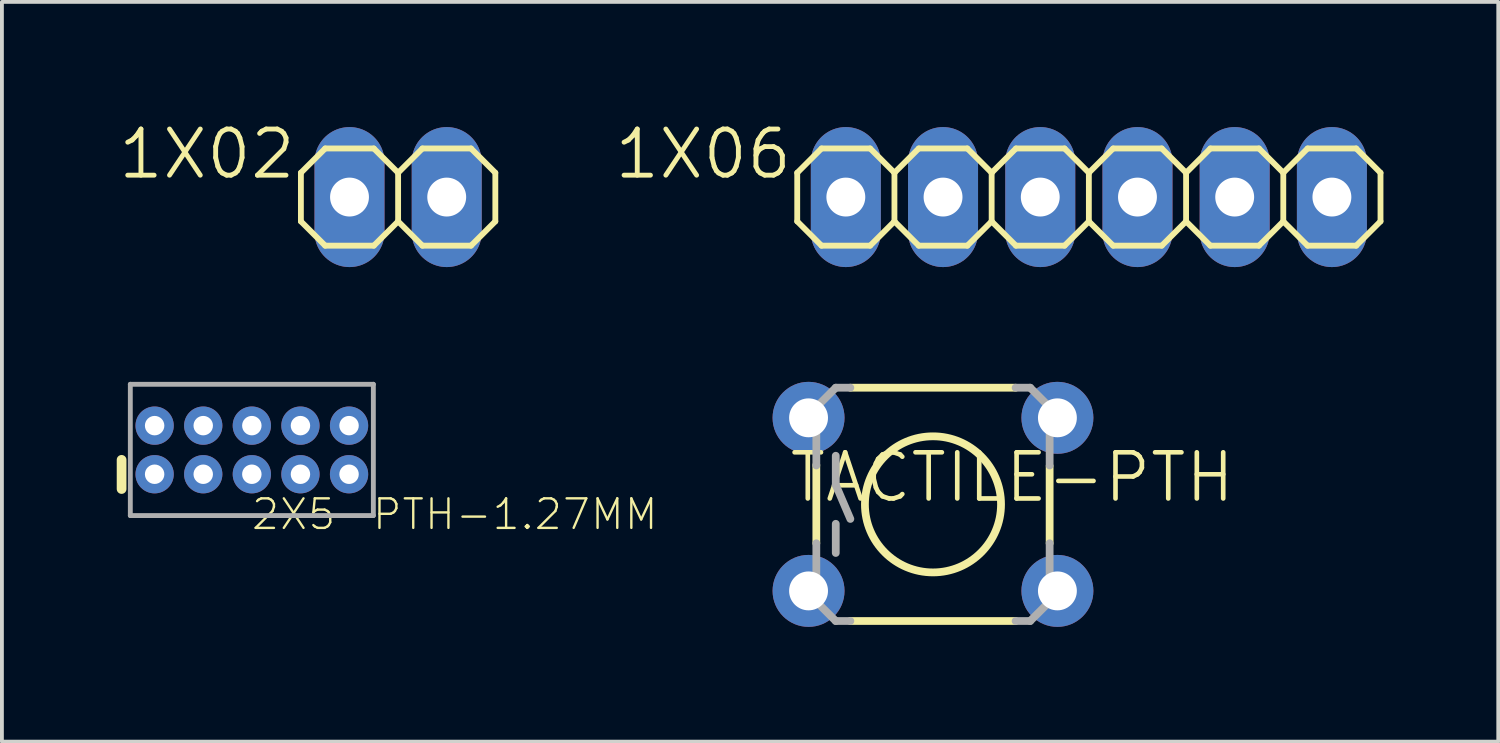
<source format=kicad_pcb>
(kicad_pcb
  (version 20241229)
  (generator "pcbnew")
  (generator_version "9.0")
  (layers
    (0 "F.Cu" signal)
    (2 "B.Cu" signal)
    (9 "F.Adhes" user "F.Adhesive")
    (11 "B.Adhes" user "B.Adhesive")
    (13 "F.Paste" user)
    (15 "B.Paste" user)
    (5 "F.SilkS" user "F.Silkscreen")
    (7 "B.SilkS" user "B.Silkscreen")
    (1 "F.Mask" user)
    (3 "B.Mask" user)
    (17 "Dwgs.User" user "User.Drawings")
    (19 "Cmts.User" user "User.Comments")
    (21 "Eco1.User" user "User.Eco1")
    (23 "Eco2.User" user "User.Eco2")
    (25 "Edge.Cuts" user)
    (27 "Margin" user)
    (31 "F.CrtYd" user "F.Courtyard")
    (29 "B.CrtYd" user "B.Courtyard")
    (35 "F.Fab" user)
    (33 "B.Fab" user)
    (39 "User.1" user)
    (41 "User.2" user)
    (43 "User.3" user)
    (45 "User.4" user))
  (footprint "TACTILE-PTH"
    (layer "F.Cu")
    (at 21.327 10.128)
    (property "Reference" "TACTILE-PTH" (at -3.81 0 180) (layer "F.SilkS") (effects (font (size 1.206 1.206) (thickness 0.121)) (justify left bottom)))
    (attr through_hole)
    (fp_line (start -3.048 -1.028) (end -3.048 1.016) (stroke (width 0.203) (type solid)) (layer "F.SilkS"))
    (fp_line (start -2.159 3.048) (end 2.159 3.048) (stroke (width 0.203) (type solid)) (layer "F.SilkS"))
    (fp_line (start 2.159 -3.048) (end -2.159 -3.048) (stroke (width 0.203) (type solid)) (layer "F.SilkS"))
    (fp_line (start 3.048 -0.998) (end 3.048 1.016) (stroke (width 0.203) (type solid)) (layer "F.SilkS"))
    (fp_circle (center 0 0) (end 1.778 0) (stroke (width 0.203) (type solid)) (fill no) (layer "F.SilkS"))
    (fp_line (start -3.048 -2.54) (end -3.048 -1.016) (stroke (width 0.203) (type solid)) (layer "F.Fab"))
    (fp_line (start -3.048 2.54) (end -3.048 1.016) (stroke (width 0.203) (type solid)) (layer "F.Fab"))
    (fp_line (start -2.54 -3.048) (end -3.048 -2.54) (stroke (width 0.203) (type solid)) (layer "F.Fab"))
    (fp_line (start -2.54 -3.048) (end -2.159 -3.048) (stroke (width 0.203) (type solid)) (layer "F.Fab"))
    (fp_line (start -2.54 -1.27) (end -2.54 -0.508) (stroke (width 0.203) (type solid)) (layer "F.Fab"))
    (fp_line (start -2.54 -0.508) (end -2.159 0.381) (stroke (width 0.203) (type solid)) (layer "F.Fab"))
    (fp_line (start -2.54 0.508) (end -2.54 1.27) (stroke (width 0.203) (type solid)) (layer "F.Fab"))
    (fp_line (start -2.54 3.048) (end -3.048 2.54) (stroke (width 0.203) (type solid)) (layer "F.Fab"))
    (fp_line (start -2.54 3.048) (end -2.159 3.048) (stroke (width 0.203) (type solid)) (layer "F.Fab"))
    (fp_line (start 2.54 -3.048) (end 2.159 -3.048) (stroke (width 0.203) (type solid)) (layer "F.Fab"))
    (fp_line (start 2.54 3.048) (end 2.159 3.048) (stroke (width 0.203) (type solid)) (layer "F.Fab"))
    (fp_line (start 2.54 3.048) (end 3.048 2.54) (stroke (width 0.203) (type solid)) (layer "F.Fab"))
    (fp_line (start 3.048 -2.54) (end 2.54 -3.048) (stroke (width 0.203) (type solid)) (layer "F.Fab"))
    (fp_line (start 3.048 -1.016) (end 3.048 -2.54) (stroke (width 0.203) (type solid)) (layer "F.Fab"))
    (fp_line (start 3.048 2.54) (end 3.048 1.016) (stroke (width 0.203) (type solid)) (layer "F.Fab"))
    (pad "1" thru_hole circle (at -3.251 -2.261) (size 1.88 1.88) (drill 1.016) (layers "*.Cu" "*.Mask"))
    (pad "2" thru_hole circle (at 3.251 -2.261) (size 1.88 1.88) (drill 1.016) (layers "*.Cu" "*.Mask"))
    (pad "3" thru_hole circle (at -3.251 2.261) (size 1.88 1.88) (drill 1.016) (layers "*.Cu" "*.Mask"))
    (pad "4" thru_hole circle (at 3.251 2.261) (size 1.88 1.88) (drill 1.016) (layers "*.Cu" "*.Mask")))
  (footprint "1X02"
    (layer "F.Cu")
    (at 7.352 2.099)
    (property "Reference" "1X02" (at -2.616 -1.829 0) (layer "F.SilkS") (effects (font (size 1.206 1.206) (thickness 0.127)) (justify right top)))
    (attr through_hole)
    (fp_line (start -2.54 -0.635) (end -2.54 0.635) (stroke (width 0.152) (type solid)) (layer "F.SilkS"))
    (fp_line (start -2.54 0.635) (end -1.905 1.27) (stroke (width 0.152) (type solid)) (layer "F.SilkS"))
    (fp_line (start -1.905 -1.27) (end -2.54 -0.635) (stroke (width 0.152) (type solid)) (layer "F.SilkS"))
    (fp_line (start -1.905 -1.27) (end -0.635 -1.27) (stroke (width 0.152) (type solid)) (layer "F.SilkS"))
    (fp_line (start -0.635 -1.27) (end 0 -0.635) (stroke (width 0.152) (type solid)) (layer "F.SilkS"))
    (fp_line (start -0.635 1.27) (end -1.905 1.27) (stroke (width 0.152) (type solid)) (layer "F.SilkS"))
    (fp_line (start 0 -0.635) (end 0 0.635) (stroke (width 0.152) (type solid)) (layer "F.SilkS"))
    (fp_line (start 0 -0.635) (end 0.635 -1.27) (stroke (width 0.152) (type solid)) (layer "F.SilkS"))
    (fp_line (start 0 0.635) (end -0.635 1.27) (stroke (width 0.152) (type solid)) (layer "F.SilkS"))
    (fp_line (start 0.635 -1.27) (end 1.905 -1.27) (stroke (width 0.152) (type solid)) (layer "F.SilkS"))
    (fp_line (start 0.635 1.27) (end 0 0.635) (stroke (width 0.152) (type solid)) (layer "F.SilkS"))
    (fp_line (start 1.905 -1.27) (end 2.54 -0.635) (stroke (width 0.152) (type solid)) (layer "F.SilkS"))
    (fp_line (start 1.905 1.27) (end 0.635 1.27) (stroke (width 0.152) (type solid)) (layer "F.SilkS"))
    (fp_line (start 2.54 -0.635) (end 2.54 0.635) (stroke (width 0.152) (type solid)) (layer "F.SilkS"))
    (fp_line (start 2.54 0.635) (end 1.905 1.27) (stroke (width 0.152) (type solid)) (layer "F.SilkS"))
    (fp_poly (pts (xy -1.524 0.254) (xy -1.016 0.254) (xy -1.016 -0.254) (xy -1.524 -0.254)) (stroke (width 0.1) (type solid)) (fill no) (layer "F.Fab"))
    (fp_poly (pts (xy 1.016 0.254) (xy 1.524 0.254) (xy 1.524 -0.254) (xy 1.016 -0.254)) (stroke (width 0.1) (type solid)) (fill no) (layer "F.Fab"))
    (pad "1" thru_hole oval (at -1.27 0 90) (size 3.658 1.829) (drill 1.016) (layers "*.Cu" "*.Mask"))
    (pad "2" thru_hole oval (at 1.27 0 90) (size 3.658 1.829) (drill 1.016) (layers "*.Cu" "*.Mask")))
  (footprint "1X06"
    (layer "F.Cu")
    (at 25.4 2.099)
    (property "Reference" "1X06" (at -7.696 -1.829 0) (layer "F.SilkS") (effects (font (size 1.206 1.206) (thickness 0.127)) (justify right top)))
    (attr through_hole)
    (fp_line (start -7.62 -0.635) (end -7.62 0.635) (stroke (width 0.152) (type solid)) (layer "F.SilkS"))
    (fp_line (start -7.62 0.635) (end -6.985 1.27) (stroke (width 0.152) (type solid)) (layer "F.SilkS"))
    (fp_line (start -6.985 -1.27) (end -7.62 -0.635) (stroke (width 0.152) (type solid)) (layer "F.SilkS"))
    (fp_line (start -6.985 -1.27) (end -5.715 -1.27) (stroke (width 0.152) (type solid)) (layer "F.SilkS"))
    (fp_line (start -5.715 -1.27) (end -5.08 -0.635) (stroke (width 0.152) (type solid)) (layer "F.SilkS"))
    (fp_line (start -5.715 1.27) (end -6.985 1.27) (stroke (width 0.152) (type solid)) (layer "F.SilkS"))
    (fp_line (start -5.08 -0.635) (end -5.08 0.635) (stroke (width 0.152) (type solid)) (layer "F.SilkS"))
    (fp_line (start -5.08 -0.635) (end -4.445 -1.27) (stroke (width 0.152) (type solid)) (layer "F.SilkS"))
    (fp_line (start -5.08 0.635) (end -5.715 1.27) (stroke (width 0.152) (type solid)) (layer "F.SilkS"))
    (fp_line (start -4.445 -1.27) (end -3.175 -1.27) (stroke (width 0.152) (type solid)) (layer "F.SilkS"))
    (fp_line (start -4.445 1.27) (end -5.08 0.635) (stroke (width 0.152) (type solid)) (layer "F.SilkS"))
    (fp_line (start -3.175 -1.27) (end -2.54 -0.635) (stroke (width 0.152) (type solid)) (layer "F.SilkS"))
    (fp_line (start -3.175 1.27) (end -4.445 1.27) (stroke (width 0.152) (type solid)) (layer "F.SilkS"))
    (fp_line (start -2.54 -0.635) (end -2.54 0.635) (stroke (width 0.152) (type solid)) (layer "F.SilkS"))
    (fp_line (start -2.54 -0.635) (end -1.905 -1.27) (stroke (width 0.152) (type solid)) (layer "F.SilkS"))
    (fp_line (start -2.54 0.635) (end -3.175 1.27) (stroke (width 0.152) (type solid)) (layer "F.SilkS"))
    (fp_line (start -1.905 -1.27) (end -0.635 -1.27) (stroke (width 0.152) (type solid)) (layer "F.SilkS"))
    (fp_line (start -1.905 1.27) (end -2.54 0.635) (stroke (width 0.152) (type solid)) (layer "F.SilkS"))
    (fp_line (start -0.635 -1.27) (end 0 -0.635) (stroke (width 0.152) (type solid)) (layer "F.SilkS"))
    (fp_line (start -0.635 1.27) (end -1.905 1.27) (stroke (width 0.152) (type solid)) (layer "F.SilkS"))
    (fp_line (start 0 -0.635) (end 0 0.635) (stroke (width 0.152) (type solid)) (layer "F.SilkS"))
    (fp_line (start 0 0.635) (end -0.635 1.27) (stroke (width 0.152) (type solid)) (layer "F.SilkS"))
    (fp_line (start 0 0.635) (end 0.635 1.27) (stroke (width 0.152) (type solid)) (layer "F.SilkS"))
    (fp_line (start 0.635 -1.27) (end 0 -0.635) (stroke (width 0.152) (type solid)) (layer "F.SilkS"))
    (fp_line (start 0.635 -1.27) (end 1.905 -1.27) (stroke (width 0.152) (type solid)) (layer "F.SilkS"))
    (fp_line (start 1.905 -1.27) (end 2.54 -0.635) (stroke (width 0.152) (type solid)) (layer "F.SilkS"))
    (fp_line (start 1.905 1.27) (end 0.635 1.27) (stroke (width 0.152) (type solid)) (layer "F.SilkS"))
    (fp_line (start 2.54 -0.635) (end 2.54 0.635) (stroke (width 0.152) (type solid)) (layer "F.SilkS"))
    (fp_line (start 2.54 -0.635) (end 3.175 -1.27) (stroke (width 0.152) (type solid)) (layer "F.SilkS"))
    (fp_line (start 2.54 0.635) (end 1.905 1.27) (stroke (width 0.152) (type solid)) (layer "F.SilkS"))
    (fp_line (start 3.175 -1.27) (end 4.445 -1.27) (stroke (width 0.152) (type solid)) (layer "F.SilkS"))
    (fp_line (start 3.175 1.27) (end 2.54 0.635) (stroke (width 0.152) (type solid)) (layer "F.SilkS"))
    (fp_line (start 4.445 -1.27) (end 5.08 -0.635) (stroke (width 0.152) (type solid)) (layer "F.SilkS"))
    (fp_line (start 4.445 1.27) (end 3.175 1.27) (stroke (width 0.152) (type solid)) (layer "F.SilkS"))
    (fp_line (start 5.08 -0.635) (end 5.08 0.635) (stroke (width 0.152) (type solid)) (layer "F.SilkS"))
    (fp_line (start 5.08 0.635) (end 4.445 1.27) (stroke (width 0.152) (type solid)) (layer "F.SilkS"))
    (fp_line (start 5.08 0.635) (end 5.715 1.27) (stroke (width 0.152) (type solid)) (layer "F.SilkS"))
    (fp_line (start 5.715 -1.27) (end 5.08 -0.635) (stroke (width 0.152) (type solid)) (layer "F.SilkS"))
    (fp_line (start 5.715 -1.27) (end 6.985 -1.27) (stroke (width 0.152) (type solid)) (layer "F.SilkS"))
    (fp_line (start 6.985 -1.27) (end 7.62 -0.635) (stroke (width 0.152) (type solid)) (layer "F.SilkS"))
    (fp_line (start 6.985 1.27) (end 5.715 1.27) (stroke (width 0.152) (type solid)) (layer "F.SilkS"))
    (fp_line (start 7.62 -0.635) (end 7.62 0.635) (stroke (width 0.152) (type solid)) (layer "F.SilkS"))
    (fp_line (start 7.62 0.635) (end 6.985 1.27) (stroke (width 0.152) (type solid)) (layer "F.SilkS"))
    (fp_poly (pts (xy -6.604 0.254) (xy -6.096 0.254) (xy -6.096 -0.254) (xy -6.604 -0.254)) (stroke (width 0.1) (type solid)) (fill no) (layer "F.Fab"))
    (fp_poly (pts (xy -4.064 0.254) (xy -3.556 0.254) (xy -3.556 -0.254) (xy -4.064 -0.254)) (stroke (width 0.1) (type solid)) (fill no) (layer "F.Fab"))
    (fp_poly (pts (xy -1.524 0.254) (xy -1.016 0.254) (xy -1.016 -0.254) (xy -1.524 -0.254)) (stroke (width 0.1) (type solid)) (fill no) (layer "F.Fab"))
    (fp_poly (pts (xy 1.016 0.254) (xy 1.524 0.254) (xy 1.524 -0.254) (xy 1.016 -0.254)) (stroke (width 0.1) (type solid)) (fill no) (layer "F.Fab"))
    (fp_poly (pts (xy 3.556 0.254) (xy 4.064 0.254) (xy 4.064 -0.254) (xy 3.556 -0.254)) (stroke (width 0.1) (type solid)) (fill no) (layer "F.Fab"))
    (fp_poly (pts (xy 6.096 0.254) (xy 6.604 0.254) (xy 6.604 -0.254) (xy 6.096 -0.254)) (stroke (width 0.1) (type solid)) (fill no) (layer "F.Fab"))
    (pad "1" thru_hole oval (at -6.35 0 90) (size 3.658 1.829) (drill 1.016) (layers "*.Cu" "*.Mask"))
    (pad "2" thru_hole oval (at -3.81 0 90) (size 3.658 1.829) (drill 1.016) (layers "*.Cu" "*.Mask"))
    (pad "3" thru_hole oval (at -1.27 0 90) (size 3.658 1.829) (drill 1.016) (layers "*.Cu" "*.Mask"))
    (pad "4" thru_hole oval (at 1.27 0 90) (size 3.658 1.829) (drill 1.016) (layers "*.Cu" "*.Mask"))
    (pad "5" thru_hole oval (at 3.81 0 90) (size 3.658 1.829) (drill 1.016) (layers "*.Cu" "*.Mask"))
    (pad "6" thru_hole oval (at 6.35 0 90) (size 3.658 1.829) (drill 1.016) (layers "*.Cu" "*.Mask")))
  (footprint "2X5-PTH-1.27MM"
    (layer "F.Cu")
    (at 3.53 8.706)
    (property "Reference" "2X5-PTH-1.27MM" (at -0.051 2.134 0) (layer "F.SilkS") (effects (font (size 0.772 0.772) (thickness 0.062)) (justify left bottom)))
    (attr through_hole)
    (fp_line (start -3.403 1.021) (end -3.403 0.259) (stroke (width 0.254) (type solid)) (layer "F.SilkS"))
    (fp_line (start -3.175 -1.715) (end -3.175 1.715) (stroke (width 0.127) (type solid)) (layer "F.Fab"))
    (fp_line (start -3.175 1.715) (end 3.175 1.715) (stroke (width 0.127) (type solid)) (layer "F.Fab"))
    (fp_line (start 3.175 -1.715) (end -3.175 -1.715) (stroke (width 0.127) (type solid)) (layer "F.Fab"))
    (fp_line (start 3.175 1.715) (end 3.175 -1.715) (stroke (width 0.127) (type solid)) (layer "F.Fab"))
    (pad "1" thru_hole circle (at -2.54 0.635) (size 1 1) (drill 0.508) (layers "*.Cu" "*.Mask"))
    (pad "2" thru_hole circle (at -2.54 -0.635) (size 1 1) (drill 0.508) (layers "*.Cu" "*.Mask"))
    (pad "3" thru_hole circle (at -1.27 0.635) (size 1 1) (drill 0.508) (layers "*.Cu" "*.Mask"))
    (pad "4" thru_hole circle (at -1.27 -0.635) (size 1 1) (drill 0.508) (layers "*.Cu" "*.Mask"))
    (pad "5" thru_hole circle (at 0 0.635) (size 1 1) (drill 0.508) (layers "*.Cu" "*.Mask"))
    (pad "6" thru_hole circle (at 0 -0.635) (size 1 1) (drill 0.508) (layers "*.Cu" "*.Mask"))
    (pad "7" thru_hole circle (at 1.27 0.635) (size 1 1) (drill 0.508) (layers "*.Cu" "*.Mask"))
    (pad "8" thru_hole circle (at 1.27 -0.635) (size 1 1) (drill 0.508) (layers "*.Cu" "*.Mask"))
    (pad "9" thru_hole circle (at 2.54 0.635) (size 1 1) (drill 0.508) (layers "*.Cu" "*.Mask"))
    (pad "10" thru_hole circle (at 2.54 -0.635) (size 1 1) (drill 0.508) (layers "*.Cu" "*.Mask")))
  (gr_rect
    (start -3 -3)
    (end 36.097 16.328)
    (stroke (width 0.1) (type default))
    (fill no)
    (layer "Edge.Cuts")))
</source>
